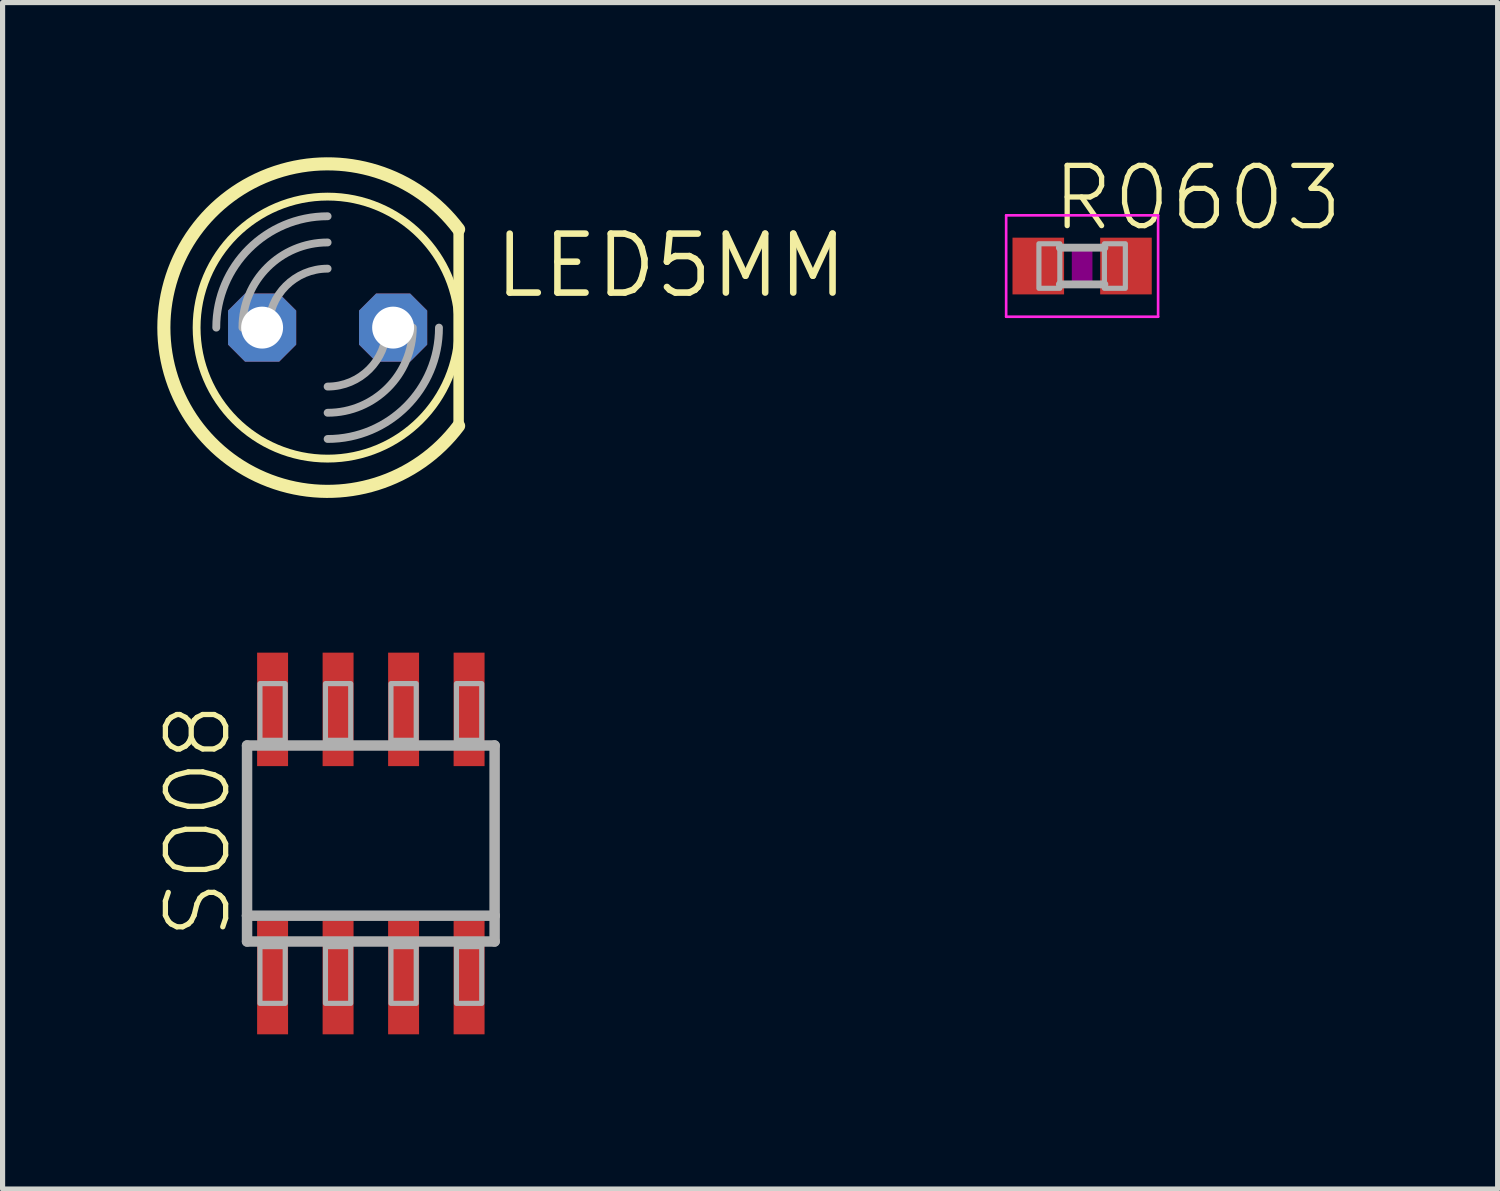
<source format=kicad_pcb>
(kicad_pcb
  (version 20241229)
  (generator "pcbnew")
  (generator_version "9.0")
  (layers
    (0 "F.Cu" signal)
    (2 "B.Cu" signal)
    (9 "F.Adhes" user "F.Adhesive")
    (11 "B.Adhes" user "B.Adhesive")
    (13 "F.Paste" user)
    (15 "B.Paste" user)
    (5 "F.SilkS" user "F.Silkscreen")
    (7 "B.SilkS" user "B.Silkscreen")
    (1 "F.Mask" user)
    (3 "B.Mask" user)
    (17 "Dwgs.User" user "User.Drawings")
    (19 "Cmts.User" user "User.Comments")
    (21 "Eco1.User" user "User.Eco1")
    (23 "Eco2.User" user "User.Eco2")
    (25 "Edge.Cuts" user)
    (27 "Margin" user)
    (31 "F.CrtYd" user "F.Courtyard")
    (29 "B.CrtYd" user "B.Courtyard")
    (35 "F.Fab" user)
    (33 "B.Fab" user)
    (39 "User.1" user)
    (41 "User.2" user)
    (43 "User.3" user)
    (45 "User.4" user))
  (footprint "LED5MM"
    (layer "F.Cu")
    (at 3.302 3.302)
    (property "Reference" "LED5MM" (at 3.175 -0.533 0) (layer "F.SilkS") (effects (font (size 1.143 1.143) (thickness 0.127)) (justify left bottom)))
    (fp_line (start 2.54 1.905) (end 2.54 -1.905) (stroke (width 0.203) (type solid)) (layer "F.SilkS"))
    (fp_arc (start 2.54 1.905) (mid -3.175 0) (end 2.54 -1.905) (stroke (width 0.254) (type solid)) (layer "F.SilkS"))
    (fp_circle (center 0 0) (end 2.54 0) (stroke (width 0.152) (type solid)) (fill no) (layer "F.SilkS"))
    (fp_arc (start -2.159 0) (mid -1.526644 -1.526644) (end 0 -2.159) (stroke (width 0.1524) (type solid)) (layer "F.Fab"))
    (fp_arc (start -1.651 0) (mid -1.167433 -1.167433) (end 0 -1.651) (stroke (width 0.1524) (type solid)) (layer "F.Fab"))
    (fp_arc (start -1.143 0) (mid -0.808223 -0.808223) (end 0 -1.143) (stroke (width 0.1524) (type solid)) (layer "F.Fab"))
    (fp_arc (start 1.143 0) (mid 0.808223 0.808223) (end 0 1.143) (stroke (width 0.1524) (type solid)) (layer "F.Fab"))
    (fp_arc (start 1.651 0) (mid 1.167433 1.167433) (end 0 1.651) (stroke (width 0.1524) (type solid)) (layer "F.Fab"))
    (fp_arc (start 2.159 0) (mid 1.526644 1.526644) (end 0 2.159) (stroke (width 0.1524) (type solid)) (layer "F.Fab"))
    (pad "A" thru_hole roundrect (at -1.27 0) (size 1.321 1.321) (drill 0.813) (layers "*.Cu" "*.Mask") (roundrect_rratio 0.25) (chamfer_ratio 0.25) (chamfer top_left top_right bottom_left bottom_right))
    (pad "K" thru_hole roundrect (at 1.27 0) (size 1.321 1.321) (drill 0.813) (layers "*.Cu" "*.Mask") (roundrect_rratio 0.25) (chamfer_ratio 0.25) (chamfer top_left top_right bottom_left bottom_right)))
  (footprint "SO08"
    (layer "F.Cu")
    (at 4.14 13.304)
    (property "Reference" "SO08" (at -2.667 1.905 90) (layer "F.SilkS") (effects (font (size 1.168 1.168) (thickness 0.102)) (justify left bottom)))
    (fp_line (start -2.4 -1.9) (end 2.4 -1.9) (stroke (width 0.203) (type solid)) (layer "F.Fab"))
    (fp_line (start -2.4 1.4) (end -2.4 -1.9) (stroke (width 0.203) (type solid)) (layer "F.Fab"))
    (fp_line (start -2.4 1.9) (end -2.4 1.4) (stroke (width 0.203) (type solid)) (layer "F.Fab"))
    (fp_line (start 2.4 -1.9) (end 2.4 1.4) (stroke (width 0.203) (type solid)) (layer "F.Fab"))
    (fp_line (start 2.4 1.4) (end -2.4 1.4) (stroke (width 0.203) (type solid)) (layer "F.Fab"))
    (fp_line (start 2.4 1.4) (end 2.4 1.9) (stroke (width 0.203) (type solid)) (layer "F.Fab"))
    (fp_line (start 2.4 1.9) (end -2.4 1.9) (stroke (width 0.203) (type solid)) (layer "F.Fab"))
    (fp_poly (pts (xy -2.15 -2) (xy -1.66 -2) (xy -1.66 -3.1) (xy -2.15 -3.1)) (stroke (width 0.1) (type solid)) (fill no) (layer "F.Fab"))
    (fp_poly (pts (xy -2.15 3.1) (xy -1.66 3.1) (xy -1.66 2) (xy -2.15 2)) (stroke (width 0.1) (type solid)) (fill no) (layer "F.Fab"))
    (fp_poly (pts (xy -0.88 -2) (xy -0.39 -2) (xy -0.39 -3.1) (xy -0.88 -3.1)) (stroke (width 0.1) (type solid)) (fill no) (layer "F.Fab"))
    (fp_poly (pts (xy -0.88 3.1) (xy -0.39 3.1) (xy -0.39 2) (xy -0.88 2)) (stroke (width 0.1) (type solid)) (fill no) (layer "F.Fab"))
    (fp_poly (pts (xy 0.39 -2) (xy 0.88 -2) (xy 0.88 -3.1) (xy 0.39 -3.1)) (stroke (width 0.1) (type solid)) (fill no) (layer "F.Fab"))
    (fp_poly (pts (xy 0.39 3.1) (xy 0.88 3.1) (xy 0.88 2) (xy 0.39 2)) (stroke (width 0.1) (type solid)) (fill no) (layer "F.Fab"))
    (fp_poly (pts (xy 1.66 -2) (xy 2.15 -2) (xy 2.15 -3.1) (xy 1.66 -3.1)) (stroke (width 0.1) (type solid)) (fill no) (layer "F.Fab"))
    (fp_poly (pts (xy 1.66 3.1) (xy 2.15 3.1) (xy 2.15 2) (xy 1.66 2)) (stroke (width 0.1) (type solid)) (fill no) (layer "F.Fab"))
    (pad "1" smd rect (at -1.905 2.6) (size 0.6 2.2) (layers "F.Cu" "F.Mask" "F.Paste"))
    (pad "2" smd rect (at -0.635 2.6) (size 0.6 2.2) (layers "F.Cu" "F.Mask" "F.Paste"))
    (pad "3" smd rect (at 0.635 2.6) (size 0.6 2.2) (layers "F.Cu" "F.Mask" "F.Paste"))
    (pad "4" smd rect (at 1.905 2.6) (size 0.6 2.2) (layers "F.Cu" "F.Mask" "F.Paste"))
    (pad "5" smd rect (at 1.905 -2.6) (size 0.6 2.2) (layers "F.Cu" "F.Mask" "F.Paste"))
    (pad "6" smd rect (at 0.635 -2.6) (size 0.6 2.2) (layers "F.Cu" "F.Mask" "F.Paste"))
    (pad "7" smd rect (at -0.635 -2.6) (size 0.6 2.2) (layers "F.Cu" "F.Mask" "F.Paste"))
    (pad "8" smd rect (at -1.905 -2.6) (size 0.6 2.2) (layers "F.Cu" "F.Mask" "F.Paste")))
  (footprint "R0603"
    (layer "F.Cu")
    (at 17.931 2.108)
    (property "Reference" "R0603" (at -0.635 -0.635 0) (layer "F.SilkS") (effects (font (size 1.168 1.168) (thickness 0.102)) (justify left bottom)))
    (fp_poly (pts (xy -0.2 0.4) (xy 0.2 0.4) (xy 0.2 -0.4) (xy -0.2 -0.4)) (stroke (width 0) (type solid)) (fill yes) (layer "F.Adhes"))
    (fp_line (start -1.473 -0.983) (end 1.473 -0.983) (stroke (width 0.051) (type solid)) (layer "F.CrtYd"))
    (fp_line (start -1.473 0.983) (end -1.473 -0.983) (stroke (width 0.051) (type solid)) (layer "F.CrtYd"))
    (fp_line (start 1.473 -0.983) (end 1.473 0.983) (stroke (width 0.051) (type solid)) (layer "F.CrtYd"))
    (fp_line (start 1.473 0.983) (end -1.473 0.983) (stroke (width 0.051) (type solid)) (layer "F.CrtYd"))
    (fp_line (start -0.432 0.356) (end 0.432 0.356) (stroke (width 0.152) (type solid)) (layer "F.Fab"))
    (fp_line (start 0.432 -0.356) (end -0.432 -0.356) (stroke (width 0.152) (type solid)) (layer "F.Fab"))
    (fp_poly (pts (xy -0.838 0.432) (xy -0.432 0.432) (xy -0.432 -0.432) (xy -0.838 -0.432)) (stroke (width 0.1) (type solid)) (fill no) (layer "F.Fab"))
    (fp_poly (pts (xy 0.432 0.432) (xy 0.838 0.432) (xy 0.838 -0.432) (xy 0.432 -0.432)) (stroke (width 0.1) (type solid)) (fill no) (layer "F.Fab"))
    (pad "1" smd rect (at -0.85 0) (size 1 1.1) (layers "F.Cu" "F.Mask" "F.Paste"))
    (pad "2" smd rect (at 0.85 0) (size 1 1.1) (layers "F.Cu" "F.Mask" "F.Paste")))
  (gr_rect
    (start -3 -3)
    (end 25.987 20.004)
    (stroke (width 0.1) (type default))
    (fill no)
    (layer "Edge.Cuts")))
</source>
